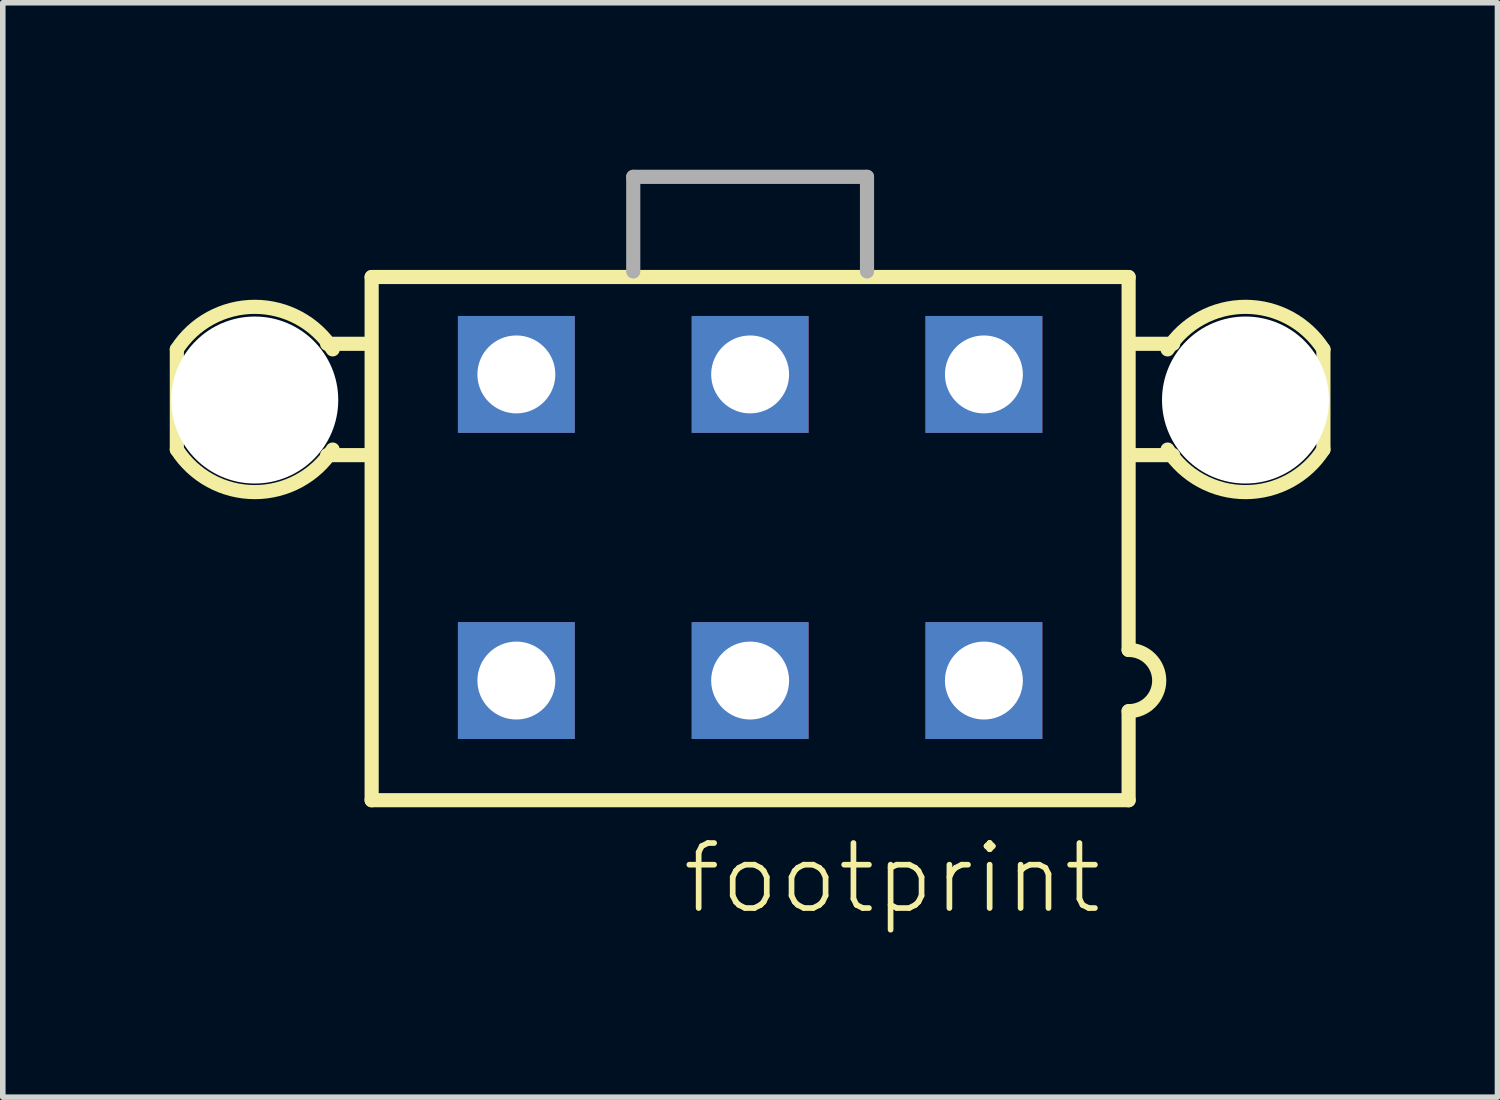
<source format=kicad_pcb>
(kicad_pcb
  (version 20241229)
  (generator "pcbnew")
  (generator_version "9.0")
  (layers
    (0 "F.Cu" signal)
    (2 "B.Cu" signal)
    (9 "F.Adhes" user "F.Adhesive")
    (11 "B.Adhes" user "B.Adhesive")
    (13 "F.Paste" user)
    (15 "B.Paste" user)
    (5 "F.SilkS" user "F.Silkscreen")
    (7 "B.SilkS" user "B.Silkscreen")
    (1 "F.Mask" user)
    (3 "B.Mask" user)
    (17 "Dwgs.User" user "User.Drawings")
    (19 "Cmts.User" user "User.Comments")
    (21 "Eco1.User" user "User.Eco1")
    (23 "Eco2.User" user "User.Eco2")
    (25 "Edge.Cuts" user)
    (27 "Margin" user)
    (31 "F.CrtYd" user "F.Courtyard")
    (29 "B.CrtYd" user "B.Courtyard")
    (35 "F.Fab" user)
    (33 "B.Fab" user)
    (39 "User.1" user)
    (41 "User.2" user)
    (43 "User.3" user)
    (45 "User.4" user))
  (footprint "footprint"
    (layer "F.Cu")
    (at 10.427 6.427)
    (property "Reference" "footprint" (at -1.27 6.985 0) (layer "F.SilkS") (effects (font (size 1.168 1.168) (thickness 0.102)) (justify left bottom)))
    (fp_line (start -10.3 -3.2) (end -10.3 -1.4) (stroke (width 0.254) (type solid)) (layer "F.SilkS"))
    (fp_line (start -7.6 -3.3) (end -6.9 -3.3) (stroke (width 0.254) (type solid)) (layer "F.SilkS"))
    (fp_line (start -7.6 -1.3) (end -6.9 -1.3) (stroke (width 0.254) (type solid)) (layer "F.SilkS"))
    (fp_line (start -6.8 -4.5) (end 6.8 -4.5) (stroke (width 0.254) (type solid)) (layer "F.SilkS"))
    (fp_line (start -6.8 4.9) (end -6.8 -4.5) (stroke (width 0.254) (type solid)) (layer "F.SilkS"))
    (fp_line (start 6.8 -4.5) (end 6.8 2.2) (stroke (width 0.254) (type solid)) (layer "F.SilkS"))
    (fp_line (start 6.8 3.3) (end 6.8 4.9) (stroke (width 0.254) (type solid)) (layer "F.SilkS"))
    (fp_line (start 6.8 4.9) (end -6.8 4.9) (stroke (width 0.254) (type solid)) (layer "F.SilkS"))
    (fp_line (start 7.6 -3.3) (end 6.9 -3.3) (stroke (width 0.254) (type solid)) (layer "F.SilkS"))
    (fp_line (start 7.6 -1.3) (end 6.9 -1.3) (stroke (width 0.254) (type solid)) (layer "F.SilkS"))
    (fp_line (start 10.3 -1.4) (end 10.3 -3.2) (stroke (width 0.254) (type solid)) (layer "F.SilkS"))
    (fp_arc (start -10.3 -3.2) (mid -8.899999 -3.964331) (end -7.499999 -3.199999) (stroke (width 0.254) (type solid)) (layer "F.SilkS"))
    (fp_arc (start -7.5 -1.4) (mid -8.9 -0.635668) (end -10.3 -1.4) (stroke (width 0.254) (type solid)) (layer "F.SilkS"))
    (fp_arc (start 6.8 2.2) (mid 7.35 2.75) (end 6.8 3.3) (stroke (width 0.254) (type solid)) (layer "F.SilkS"))
    (fp_arc (start 7.5 -3.2) (mid 8.900001 -3.964331) (end 10.300001 -3.199999) (stroke (width 0.254) (type solid)) (layer "F.SilkS"))
    (fp_arc (start 10.3 -1.4) (mid 8.9 -0.635668) (end 7.5 -1.4) (stroke (width 0.254) (type solid)) (layer "F.SilkS"))
    (fp_line (start -2.1 -6.3) (end -2.1 -4.6) (stroke (width 0.254) (type solid)) (layer "F.Fab"))
    (fp_line (start -2.1 -6.3) (end 2.1 -6.3) (stroke (width 0.254) (type solid)) (layer "F.Fab"))
    (fp_line (start 2.1 -6.3) (end 2.1 -4.6) (stroke (width 0.254) (type solid)) (layer "F.Fab"))
    (pad "" np_thru_hole circle (at -8.9 -2.29) (size 3 3) (drill 3) (layers "*.Cu" "*.Mask"))
    (pad "" np_thru_hole circle (at 8.9 -2.29) (size 3 3) (drill 3) (layers "*.Cu" "*.Mask"))
    (pad "1" thru_hole rect (at 4.2 2.75) (size 2.1 2.1) (drill 1.4) (layers "*.Cu" "*.Mask"))
    (pad "2" thru_hole rect (at 0 2.75) (size 2.1 2.1) (drill 1.4) (layers "*.Cu" "*.Mask"))
    (pad "3" thru_hole rect (at -4.2 2.75) (size 2.1 2.1) (drill 1.4) (layers "*.Cu" "*.Mask"))
    (pad "4" thru_hole rect (at 4.2 -2.75) (size 2.1 2.1) (drill 1.4) (layers "*.Cu" "*.Mask"))
    (pad "5" thru_hole rect (at 0 -2.75) (size 2.1 2.1) (drill 1.4) (layers "*.Cu" "*.Mask"))
    (pad "6" thru_hole rect (at -4.2 -2.75) (size 2.1 2.1) (drill 1.4) (layers "*.Cu" "*.Mask")))
  (gr_rect
    (start -3 -3)
    (end 23.854 16.662)
    (stroke (width 0.1) (type default))
    (fill no)
    (layer "Edge.Cuts")))
</source>
